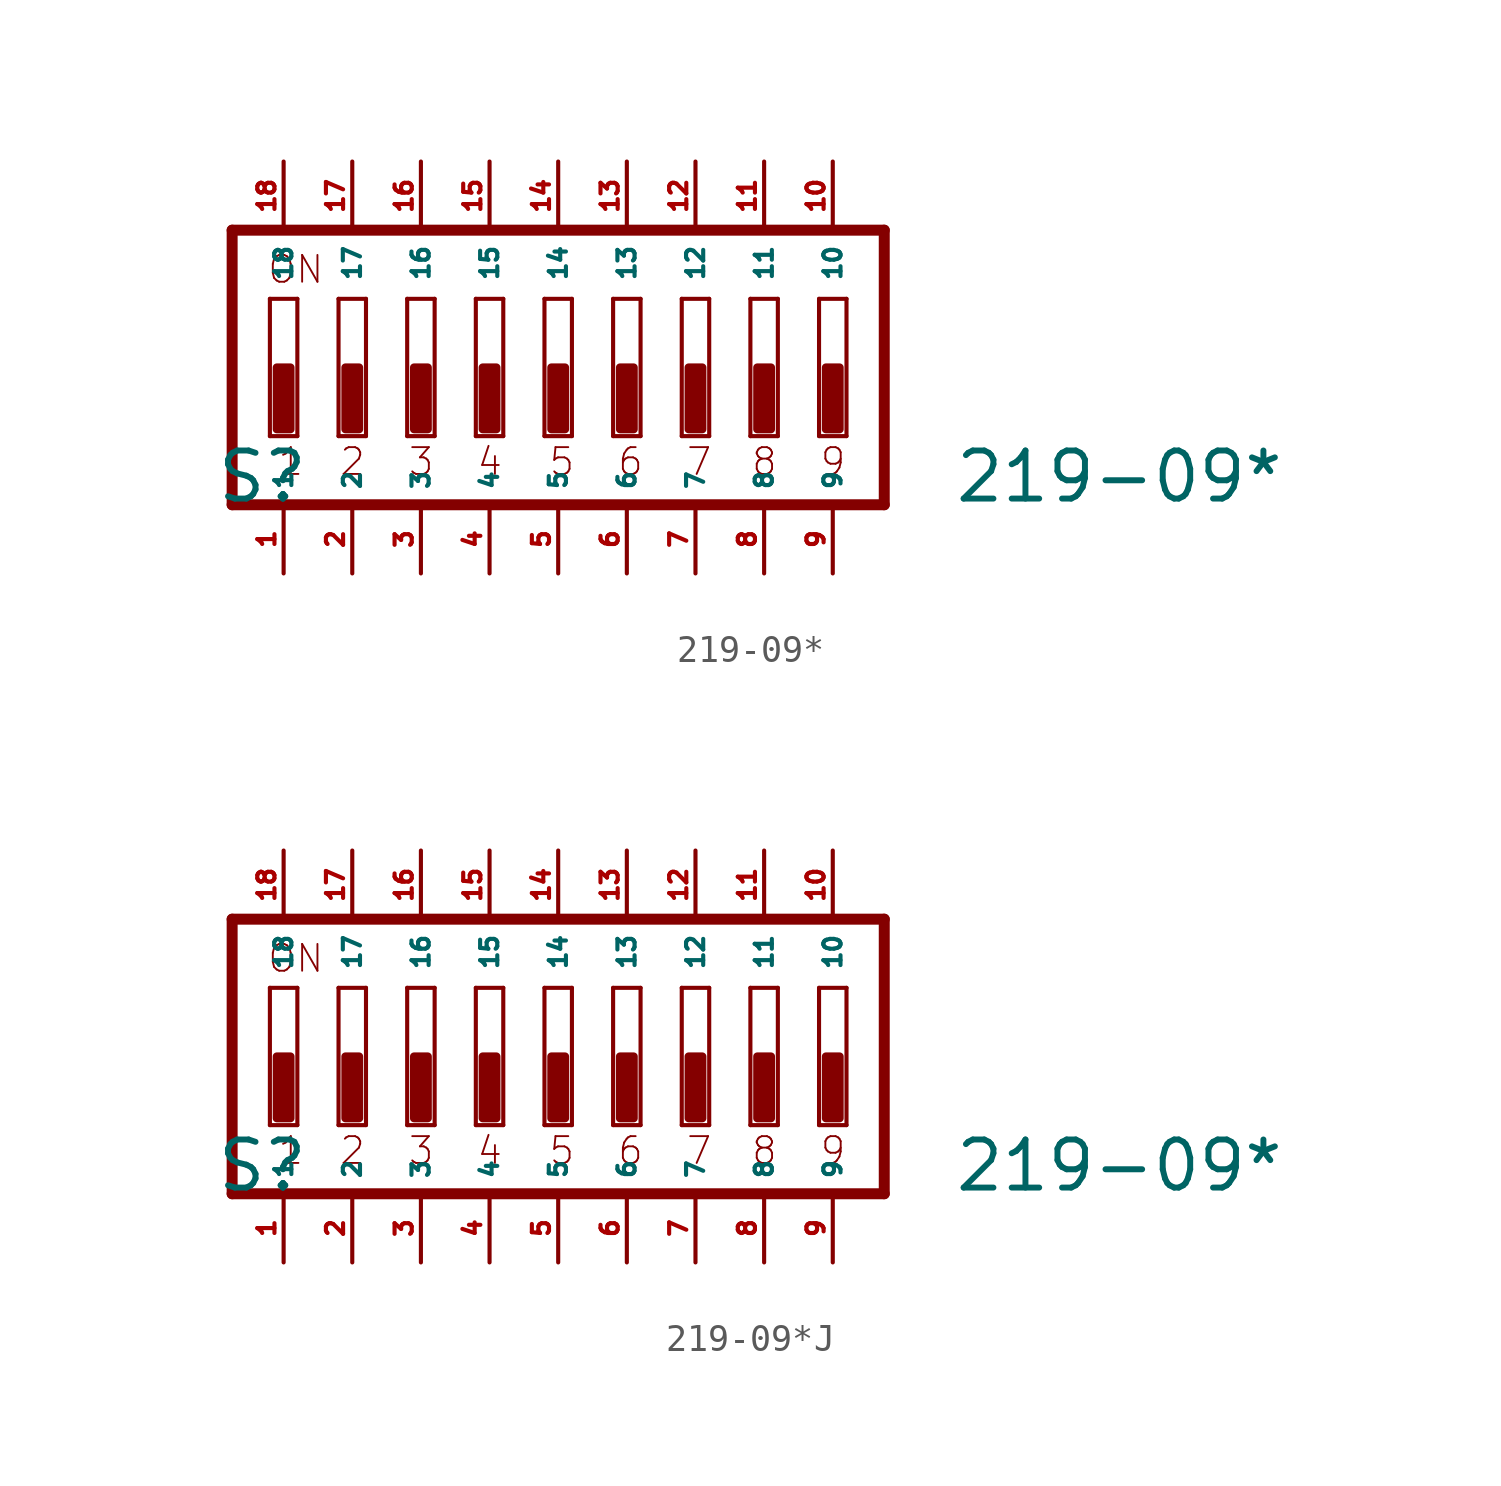
<source format=kicad_sym>
(kicad_symbol_lib
  (version 20220914)
  (generator Eagle2Kicad)
  (symbol "219-09*"
    (property "Reference" "S"
      (at -12.7 -5.08 0)
      (effects (font (size 1.778 1.778) (thickness 0.22)) (justify left bottom)))
    (property "Value" "219-09*"
      (at 14.605 -5.08 0)
      (effects (font (size 1.778 1.778) (thickness 0.22)) (justify left bottom)))
    (polyline
      (pts (xy 12.065 5.08) (xy -12.065 5.08))
      (stroke (width 0.406) (type default))
      (fill (type none)))
    (polyline
      (pts (xy -12.065 5.08) (xy -12.065 -5.08))
      (stroke (width 0.406) (type default))
      (fill (type none)))
    (polyline
      (pts (xy -12.065 -5.08) (xy 12.065 -5.08))
      (stroke (width 0.406) (type default))
      (fill (type none)))
    (polyline
      (pts (xy 12.065 -5.08) (xy 12.065 5.08))
      (stroke (width 0.406) (type default))
      (fill (type none)))
    (polyline
      (pts (xy -9.652 -2.54) (xy -10.668 -2.54))
      (stroke (width 0.152) (type default))
      (fill (type none)))
    (polyline
      (pts (xy -10.668 2.54) (xy -9.652 2.54))
      (stroke (width 0.152) (type default))
      (fill (type none)))
    (polyline
      (pts (xy -9.652 2.54) (xy -9.652 -2.54))
      (stroke (width 0.152) (type default))
      (fill (type none)))
    (polyline
      (pts (xy -10.668 -2.54) (xy -10.668 2.54))
      (stroke (width 0.152) (type default))
      (fill (type none)))
    (polyline
      (pts (xy -7.112 -2.54) (xy -8.128 -2.54))
      (stroke (width 0.152) (type default))
      (fill (type none)))
    (polyline
      (pts (xy -8.128 2.54) (xy -7.112 2.54))
      (stroke (width 0.152) (type default))
      (fill (type none)))
    (polyline
      (pts (xy -7.112 2.54) (xy -7.112 -2.54))
      (stroke (width 0.152) (type default))
      (fill (type none)))
    (polyline
      (pts (xy -8.128 -2.54) (xy -8.128 2.54))
      (stroke (width 0.152) (type default))
      (fill (type none)))
    (polyline
      (pts (xy -4.572 -2.54) (xy -5.588 -2.54))
      (stroke (width 0.152) (type default))
      (fill (type none)))
    (polyline
      (pts (xy -5.588 2.54) (xy -4.572 2.54))
      (stroke (width 0.152) (type default))
      (fill (type none)))
    (polyline
      (pts (xy -4.572 2.54) (xy -4.572 -2.54))
      (stroke (width 0.152) (type default))
      (fill (type none)))
    (polyline
      (pts (xy -5.588 -2.54) (xy -5.588 2.54))
      (stroke (width 0.152) (type default))
      (fill (type none)))
    (polyline
      (pts (xy -2.032 -2.54) (xy -3.048 -2.54))
      (stroke (width 0.152) (type default))
      (fill (type none)))
    (polyline
      (pts (xy -3.048 2.54) (xy -2.032 2.54))
      (stroke (width 0.152) (type default))
      (fill (type none)))
    (polyline
      (pts (xy -2.032 2.54) (xy -2.032 -2.54))
      (stroke (width 0.152) (type default))
      (fill (type none)))
    (polyline
      (pts (xy -3.048 -2.54) (xy -3.048 2.54))
      (stroke (width 0.152) (type default))
      (fill (type none)))
    (polyline
      (pts (xy 0.508 -2.54) (xy -0.508 -2.54))
      (stroke (width 0.152) (type default))
      (fill (type none)))
    (polyline
      (pts (xy -0.508 2.54) (xy 0.508 2.54))
      (stroke (width 0.152) (type default))
      (fill (type none)))
    (polyline
      (pts (xy 0.508 2.54) (xy 0.508 -2.54))
      (stroke (width 0.152) (type default))
      (fill (type none)))
    (polyline
      (pts (xy -0.508 -2.54) (xy -0.508 2.54))
      (stroke (width 0.152) (type default))
      (fill (type none)))
    (polyline
      (pts (xy 3.048 -2.54) (xy 2.032 -2.54))
      (stroke (width 0.152) (type default))
      (fill (type none)))
    (polyline
      (pts (xy 2.032 2.54) (xy 3.048 2.54))
      (stroke (width 0.152) (type default))
      (fill (type none)))
    (polyline
      (pts (xy 3.048 2.54) (xy 3.048 -2.54))
      (stroke (width 0.152) (type default))
      (fill (type none)))
    (polyline
      (pts (xy 2.032 -2.54) (xy 2.032 2.54))
      (stroke (width 0.152) (type default))
      (fill (type none)))
    (polyline
      (pts (xy 5.588 -2.54) (xy 4.572 -2.54))
      (stroke (width 0.152) (type default))
      (fill (type none)))
    (polyline
      (pts (xy 4.572 2.54) (xy 5.588 2.54))
      (stroke (width 0.152) (type default))
      (fill (type none)))
    (polyline
      (pts (xy 5.588 2.54) (xy 5.588 -2.54))
      (stroke (width 0.152) (type default))
      (fill (type none)))
    (polyline
      (pts (xy 4.572 -2.54) (xy 4.572 2.54))
      (stroke (width 0.152) (type default))
      (fill (type none)))
    (polyline
      (pts (xy 8.128 -2.54) (xy 7.112 -2.54))
      (stroke (width 0.152) (type default))
      (fill (type none)))
    (polyline
      (pts (xy 7.112 2.54) (xy 8.128 2.54))
      (stroke (width 0.152) (type default))
      (fill (type none)))
    (polyline
      (pts (xy 8.128 2.54) (xy 8.128 -2.54))
      (stroke (width 0.152) (type default))
      (fill (type none)))
    (polyline
      (pts (xy 7.112 -2.54) (xy 7.112 2.54))
      (stroke (width 0.152) (type default))
      (fill (type none)))
    (polyline
      (pts (xy 10.668 -2.54) (xy 9.652 -2.54))
      (stroke (width 0.152) (type default))
      (fill (type none)))
    (polyline
      (pts (xy 9.652 2.54) (xy 10.668 2.54))
      (stroke (width 0.152) (type default))
      (fill (type none)))
    (polyline
      (pts (xy 10.668 2.54) (xy 10.668 -2.54))
      (stroke (width 0.152) (type default))
      (fill (type none)))
    (polyline
      (pts (xy 9.652 -2.54) (xy 9.652 2.54))
      (stroke (width 0.152) (type default))
      (fill (type none)))
    (text "1"
      (at -10.414 -4.064 0)
      (effects (font (size 0.991 0.991) (thickness 0.07)) (justify left bottom)))
    (text "2"
      (at -8.128 -4.064 0)
      (effects (font (size 0.991 0.991) (thickness 0.07)) (justify left bottom)))
    (text "3"
      (at -5.588 -4.064 0)
      (effects (font (size 0.991 0.991) (thickness 0.07)) (justify left bottom)))
    (text "4"
      (at -3.048 -4.064 0)
      (effects (font (size 0.991 0.991) (thickness 0.07)) (justify left bottom)))
    (text "5"
      (at -0.381 -4.064 0)
      (effects (font (size 0.991 0.991) (thickness 0.07)) (justify left bottom)))
    (text "6"
      (at 2.159 -4.064 0)
      (effects (font (size 0.991 0.991) (thickness 0.07)) (justify left bottom)))
    (text "7"
      (at 4.699 -4.064 0)
      (effects (font (size 0.991 0.991) (thickness 0.07)) (justify left bottom)))
    (text "8"
      (at 7.112 -4.064 0)
      (effects (font (size 0.991 0.991) (thickness 0.07)) (justify left bottom)))
    (text "9"
      (at 9.652 -4.064 0)
      (effects (font (size 0.991 0.991) (thickness 0.07)) (justify left bottom)))
    (text "ON"
      (at -10.795 3.048 0)
      (effects (font (size 0.991 0.991) (thickness 0.07)) (justify left bottom)))
    (rectangle
      (start -10.414 -2.286)
      (end -9.906 0)
      (stroke (width 0.3) (type default))
      (fill (type outline)))
    (rectangle
      (start -7.874 -2.286)
      (end -7.366 0)
      (stroke (width 0.3) (type default))
      (fill (type outline)))
    (rectangle
      (start -5.334 -2.286)
      (end -4.826 0)
      (stroke (width 0.3) (type default))
      (fill (type outline)))
    (rectangle
      (start -2.794 -2.286)
      (end -2.286 0)
      (stroke (width 0.3) (type default))
      (fill (type outline)))
    (rectangle
      (start -0.254 -2.286)
      (end 0.254 0)
      (stroke (width 0.3) (type default))
      (fill (type outline)))
    (rectangle
      (start 2.286 -2.286)
      (end 2.794 0)
      (stroke (width 0.3) (type default))
      (fill (type outline)))
    (rectangle
      (start 4.826 -2.286)
      (end 5.334 0)
      (stroke (width 0.3) (type default))
      (fill (type outline)))
    (rectangle
      (start 7.366 -2.286)
      (end 7.874 0)
      (stroke (width 0.3) (type default))
      (fill (type outline)))
    (rectangle
      (start 9.906 -2.286)
      (end 10.414 0)
      (stroke (width 0.3) (type default))
      (fill (type outline)))
    (pin passive line
      (at 10.16 7.62 270)
      (length 2.54)
      (name "10" (effects (font (size 0.635 0.635) (thickness 0.08)) (justify left bottom)))
      (number "10" (effects (font (size 0.635 0.635) (thickness 0.08)) (justify left bottom))))
    (pin passive line
      (at 7.62 7.62 270)
      (length 2.54)
      (name "11" (effects (font (size 0.635 0.635) (thickness 0.08)) (justify left bottom)))
      (number "11" (effects (font (size 0.635 0.635) (thickness 0.08)) (justify left bottom))))
    (pin passive line
      (at 5.08 7.62 270)
      (length 2.54)
      (name "12" (effects (font (size 0.635 0.635) (thickness 0.08)) (justify left bottom)))
      (number "12" (effects (font (size 0.635 0.635) (thickness 0.08)) (justify left bottom))))
    (pin passive line
      (at 2.54 7.62 270)
      (length 2.54)
      (name "13" (effects (font (size 0.635 0.635) (thickness 0.08)) (justify left bottom)))
      (number "13" (effects (font (size 0.635 0.635) (thickness 0.08)) (justify left bottom))))
    (pin passive line
      (at 0 7.62 270)
      (length 2.54)
      (name "14" (effects (font (size 0.635 0.635) (thickness 0.08)) (justify left bottom)))
      (number "14" (effects (font (size 0.635 0.635) (thickness 0.08)) (justify left bottom))))
    (pin passive line
      (at -2.54 7.62 270)
      (length 2.54)
      (name "15" (effects (font (size 0.635 0.635) (thickness 0.08)) (justify left bottom)))
      (number "15" (effects (font (size 0.635 0.635) (thickness 0.08)) (justify left bottom))))
    (pin passive line
      (at -5.08 7.62 270)
      (length 2.54)
      (name "16" (effects (font (size 0.635 0.635) (thickness 0.08)) (justify left bottom)))
      (number "16" (effects (font (size 0.635 0.635) (thickness 0.08)) (justify left bottom))))
    (pin passive line
      (at -7.62 7.62 270)
      (length 2.54)
      (name "17" (effects (font (size 0.635 0.635) (thickness 0.08)) (justify left bottom)))
      (number "17" (effects (font (size 0.635 0.635) (thickness 0.08)) (justify left bottom))))
    (pin passive line
      (at -10.16 7.62 270)
      (length 2.54)
      (name "18" (effects (font (size 0.635 0.635) (thickness 0.08)) (justify left bottom)))
      (number "18" (effects (font (size 0.635 0.635) (thickness 0.08)) (justify left bottom))))
    (pin passive line
      (at -10.16 -7.62 90)
      (length 2.54)
      (name "1" (effects (font (size 0.635 0.635) (thickness 0.08)) (justify left bottom)))
      (number "1" (effects (font (size 0.635 0.635) (thickness 0.08)) (justify left bottom))))
    (pin passive line
      (at -7.62 -7.62 90)
      (length 2.54)
      (name "2" (effects (font (size 0.635 0.635) (thickness 0.08)) (justify left bottom)))
      (number "2" (effects (font (size 0.635 0.635) (thickness 0.08)) (justify left bottom))))
    (pin passive line
      (at -5.08 -7.62 90)
      (length 2.54)
      (name "3" (effects (font (size 0.635 0.635) (thickness 0.08)) (justify left bottom)))
      (number "3" (effects (font (size 0.635 0.635) (thickness 0.08)) (justify left bottom))))
    (pin passive line
      (at -2.54 -7.62 90)
      (length 2.54)
      (name "4" (effects (font (size 0.635 0.635) (thickness 0.08)) (justify left bottom)))
      (number "4" (effects (font (size 0.635 0.635) (thickness 0.08)) (justify left bottom))))
    (pin passive line
      (at 0 -7.62 90)
      (length 2.54)
      (name "5" (effects (font (size 0.635 0.635) (thickness 0.08)) (justify left bottom)))
      (number "5" (effects (font (size 0.635 0.635) (thickness 0.08)) (justify left bottom))))
    (pin passive line
      (at 2.54 -7.62 90)
      (length 2.54)
      (name "6" (effects (font (size 0.635 0.635) (thickness 0.08)) (justify left bottom)))
      (number "6" (effects (font (size 0.635 0.635) (thickness 0.08)) (justify left bottom))))
    (pin passive line
      (at 5.08 -7.62 90)
      (length 2.54)
      (name "7" (effects (font (size 0.635 0.635) (thickness 0.08)) (justify left bottom)))
      (number "7" (effects (font (size 0.635 0.635) (thickness 0.08)) (justify left bottom))))
    (pin passive line
      (at 7.62 -7.62 90)
      (length 2.54)
      (name "8" (effects (font (size 0.635 0.635) (thickness 0.08)) (justify left bottom)))
      (number "8" (effects (font (size 0.635 0.635) (thickness 0.08)) (justify left bottom))))
    (pin passive line
      (at 10.16 -7.62 90)
      (length 2.54)
      (name "9" (effects (font (size 0.635 0.635) (thickness 0.08)) (justify left bottom)))
      (number "9" (effects (font (size 0.635 0.635) (thickness 0.08)) (justify left bottom)))))
  (symbol "219-09*J"
    (property "Reference" "S"
      (at -12.7 -5.08 0)
      (effects (font (size 1.778 1.778) (thickness 0.22)) (justify left bottom)))
    (property "Value" "219-09*"
      (at 14.605 -5.08 0)
      (effects (font (size 1.778 1.778) (thickness 0.22)) (justify left bottom)))
    (polyline
      (pts (xy 12.065 5.08) (xy -12.065 5.08))
      (stroke (width 0.406) (type default))
      (fill (type none)))
    (polyline
      (pts (xy -12.065 5.08) (xy -12.065 -5.08))
      (stroke (width 0.406) (type default))
      (fill (type none)))
    (polyline
      (pts (xy -12.065 -5.08) (xy 12.065 -5.08))
      (stroke (width 0.406) (type default))
      (fill (type none)))
    (polyline
      (pts (xy 12.065 -5.08) (xy 12.065 5.08))
      (stroke (width 0.406) (type default))
      (fill (type none)))
    (polyline
      (pts (xy -9.652 -2.54) (xy -10.668 -2.54))
      (stroke (width 0.152) (type default))
      (fill (type none)))
    (polyline
      (pts (xy -10.668 2.54) (xy -9.652 2.54))
      (stroke (width 0.152) (type default))
      (fill (type none)))
    (polyline
      (pts (xy -9.652 2.54) (xy -9.652 -2.54))
      (stroke (width 0.152) (type default))
      (fill (type none)))
    (polyline
      (pts (xy -10.668 -2.54) (xy -10.668 2.54))
      (stroke (width 0.152) (type default))
      (fill (type none)))
    (polyline
      (pts (xy -7.112 -2.54) (xy -8.128 -2.54))
      (stroke (width 0.152) (type default))
      (fill (type none)))
    (polyline
      (pts (xy -8.128 2.54) (xy -7.112 2.54))
      (stroke (width 0.152) (type default))
      (fill (type none)))
    (polyline
      (pts (xy -7.112 2.54) (xy -7.112 -2.54))
      (stroke (width 0.152) (type default))
      (fill (type none)))
    (polyline
      (pts (xy -8.128 -2.54) (xy -8.128 2.54))
      (stroke (width 0.152) (type default))
      (fill (type none)))
    (polyline
      (pts (xy -4.572 -2.54) (xy -5.588 -2.54))
      (stroke (width 0.152) (type default))
      (fill (type none)))
    (polyline
      (pts (xy -5.588 2.54) (xy -4.572 2.54))
      (stroke (width 0.152) (type default))
      (fill (type none)))
    (polyline
      (pts (xy -4.572 2.54) (xy -4.572 -2.54))
      (stroke (width 0.152) (type default))
      (fill (type none)))
    (polyline
      (pts (xy -5.588 -2.54) (xy -5.588 2.54))
      (stroke (width 0.152) (type default))
      (fill (type none)))
    (polyline
      (pts (xy -2.032 -2.54) (xy -3.048 -2.54))
      (stroke (width 0.152) (type default))
      (fill (type none)))
    (polyline
      (pts (xy -3.048 2.54) (xy -2.032 2.54))
      (stroke (width 0.152) (type default))
      (fill (type none)))
    (polyline
      (pts (xy -2.032 2.54) (xy -2.032 -2.54))
      (stroke (width 0.152) (type default))
      (fill (type none)))
    (polyline
      (pts (xy -3.048 -2.54) (xy -3.048 2.54))
      (stroke (width 0.152) (type default))
      (fill (type none)))
    (polyline
      (pts (xy 0.508 -2.54) (xy -0.508 -2.54))
      (stroke (width 0.152) (type default))
      (fill (type none)))
    (polyline
      (pts (xy -0.508 2.54) (xy 0.508 2.54))
      (stroke (width 0.152) (type default))
      (fill (type none)))
    (polyline
      (pts (xy 0.508 2.54) (xy 0.508 -2.54))
      (stroke (width 0.152) (type default))
      (fill (type none)))
    (polyline
      (pts (xy -0.508 -2.54) (xy -0.508 2.54))
      (stroke (width 0.152) (type default))
      (fill (type none)))
    (polyline
      (pts (xy 3.048 -2.54) (xy 2.032 -2.54))
      (stroke (width 0.152) (type default))
      (fill (type none)))
    (polyline
      (pts (xy 2.032 2.54) (xy 3.048 2.54))
      (stroke (width 0.152) (type default))
      (fill (type none)))
    (polyline
      (pts (xy 3.048 2.54) (xy 3.048 -2.54))
      (stroke (width 0.152) (type default))
      (fill (type none)))
    (polyline
      (pts (xy 2.032 -2.54) (xy 2.032 2.54))
      (stroke (width 0.152) (type default))
      (fill (type none)))
    (polyline
      (pts (xy 5.588 -2.54) (xy 4.572 -2.54))
      (stroke (width 0.152) (type default))
      (fill (type none)))
    (polyline
      (pts (xy 4.572 2.54) (xy 5.588 2.54))
      (stroke (width 0.152) (type default))
      (fill (type none)))
    (polyline
      (pts (xy 5.588 2.54) (xy 5.588 -2.54))
      (stroke (width 0.152) (type default))
      (fill (type none)))
    (polyline
      (pts (xy 4.572 -2.54) (xy 4.572 2.54))
      (stroke (width 0.152) (type default))
      (fill (type none)))
    (polyline
      (pts (xy 8.128 -2.54) (xy 7.112 -2.54))
      (stroke (width 0.152) (type default))
      (fill (type none)))
    (polyline
      (pts (xy 7.112 2.54) (xy 8.128 2.54))
      (stroke (width 0.152) (type default))
      (fill (type none)))
    (polyline
      (pts (xy 8.128 2.54) (xy 8.128 -2.54))
      (stroke (width 0.152) (type default))
      (fill (type none)))
    (polyline
      (pts (xy 7.112 -2.54) (xy 7.112 2.54))
      (stroke (width 0.152) (type default))
      (fill (type none)))
    (polyline
      (pts (xy 10.668 -2.54) (xy 9.652 -2.54))
      (stroke (width 0.152) (type default))
      (fill (type none)))
    (polyline
      (pts (xy 9.652 2.54) (xy 10.668 2.54))
      (stroke (width 0.152) (type default))
      (fill (type none)))
    (polyline
      (pts (xy 10.668 2.54) (xy 10.668 -2.54))
      (stroke (width 0.152) (type default))
      (fill (type none)))
    (polyline
      (pts (xy 9.652 -2.54) (xy 9.652 2.54))
      (stroke (width 0.152) (type default))
      (fill (type none)))
    (text "1"
      (at -10.414 -4.064 0)
      (effects (font (size 0.991 0.991) (thickness 0.07)) (justify left bottom)))
    (text "2"
      (at -8.128 -4.064 0)
      (effects (font (size 0.991 0.991) (thickness 0.07)) (justify left bottom)))
    (text "3"
      (at -5.588 -4.064 0)
      (effects (font (size 0.991 0.991) (thickness 0.07)) (justify left bottom)))
    (text "4"
      (at -3.048 -4.064 0)
      (effects (font (size 0.991 0.991) (thickness 0.07)) (justify left bottom)))
    (text "5"
      (at -0.381 -4.064 0)
      (effects (font (size 0.991 0.991) (thickness 0.07)) (justify left bottom)))
    (text "6"
      (at 2.159 -4.064 0)
      (effects (font (size 0.991 0.991) (thickness 0.07)) (justify left bottom)))
    (text "7"
      (at 4.699 -4.064 0)
      (effects (font (size 0.991 0.991) (thickness 0.07)) (justify left bottom)))
    (text "8"
      (at 7.112 -4.064 0)
      (effects (font (size 0.991 0.991) (thickness 0.07)) (justify left bottom)))
    (text "9"
      (at 9.652 -4.064 0)
      (effects (font (size 0.991 0.991) (thickness 0.07)) (justify left bottom)))
    (text "ON"
      (at -10.795 3.048 0)
      (effects (font (size 0.991 0.991) (thickness 0.07)) (justify left bottom)))
    (rectangle
      (start -10.414 -2.286)
      (end -9.906 0)
      (stroke (width 0.3) (type default))
      (fill (type outline)))
    (rectangle
      (start -7.874 -2.286)
      (end -7.366 0)
      (stroke (width 0.3) (type default))
      (fill (type outline)))
    (rectangle
      (start -5.334 -2.286)
      (end -4.826 0)
      (stroke (width 0.3) (type default))
      (fill (type outline)))
    (rectangle
      (start -2.794 -2.286)
      (end -2.286 0)
      (stroke (width 0.3) (type default))
      (fill (type outline)))
    (rectangle
      (start -0.254 -2.286)
      (end 0.254 0)
      (stroke (width 0.3) (type default))
      (fill (type outline)))
    (rectangle
      (start 2.286 -2.286)
      (end 2.794 0)
      (stroke (width 0.3) (type default))
      (fill (type outline)))
    (rectangle
      (start 4.826 -2.286)
      (end 5.334 0)
      (stroke (width 0.3) (type default))
      (fill (type outline)))
    (rectangle
      (start 7.366 -2.286)
      (end 7.874 0)
      (stroke (width 0.3) (type default))
      (fill (type outline)))
    (rectangle
      (start 9.906 -2.286)
      (end 10.414 0)
      (stroke (width 0.3) (type default))
      (fill (type outline)))
    (pin passive line
      (at 10.16 7.62 270)
      (length 2.54)
      (name "10" (effects (font (size 0.635 0.635) (thickness 0.08)) (justify left bottom)))
      (number "10" (effects (font (size 0.635 0.635) (thickness 0.08)) (justify left bottom))))
    (pin passive line
      (at 7.62 7.62 270)
      (length 2.54)
      (name "11" (effects (font (size 0.635 0.635) (thickness 0.08)) (justify left bottom)))
      (number "11" (effects (font (size 0.635 0.635) (thickness 0.08)) (justify left bottom))))
    (pin passive line
      (at 5.08 7.62 270)
      (length 2.54)
      (name "12" (effects (font (size 0.635 0.635) (thickness 0.08)) (justify left bottom)))
      (number "12" (effects (font (size 0.635 0.635) (thickness 0.08)) (justify left bottom))))
    (pin passive line
      (at 2.54 7.62 270)
      (length 2.54)
      (name "13" (effects (font (size 0.635 0.635) (thickness 0.08)) (justify left bottom)))
      (number "13" (effects (font (size 0.635 0.635) (thickness 0.08)) (justify left bottom))))
    (pin passive line
      (at 0 7.62 270)
      (length 2.54)
      (name "14" (effects (font (size 0.635 0.635) (thickness 0.08)) (justify left bottom)))
      (number "14" (effects (font (size 0.635 0.635) (thickness 0.08)) (justify left bottom))))
    (pin passive line
      (at -2.54 7.62 270)
      (length 2.54)
      (name "15" (effects (font (size 0.635 0.635) (thickness 0.08)) (justify left bottom)))
      (number "15" (effects (font (size 0.635 0.635) (thickness 0.08)) (justify left bottom))))
    (pin passive line
      (at -5.08 7.62 270)
      (length 2.54)
      (name "16" (effects (font (size 0.635 0.635) (thickness 0.08)) (justify left bottom)))
      (number "16" (effects (font (size 0.635 0.635) (thickness 0.08)) (justify left bottom))))
    (pin passive line
      (at -7.62 7.62 270)
      (length 2.54)
      (name "17" (effects (font (size 0.635 0.635) (thickness 0.08)) (justify left bottom)))
      (number "17" (effects (font (size 0.635 0.635) (thickness 0.08)) (justify left bottom))))
    (pin passive line
      (at -10.16 7.62 270)
      (length 2.54)
      (name "18" (effects (font (size 0.635 0.635) (thickness 0.08)) (justify left bottom)))
      (number "18" (effects (font (size 0.635 0.635) (thickness 0.08)) (justify left bottom))))
    (pin passive line
      (at -10.16 -7.62 90)
      (length 2.54)
      (name "1" (effects (font (size 0.635 0.635) (thickness 0.08)) (justify left bottom)))
      (number "1" (effects (font (size 0.635 0.635) (thickness 0.08)) (justify left bottom))))
    (pin passive line
      (at -7.62 -7.62 90)
      (length 2.54)
      (name "2" (effects (font (size 0.635 0.635) (thickness 0.08)) (justify left bottom)))
      (number "2" (effects (font (size 0.635 0.635) (thickness 0.08)) (justify left bottom))))
    (pin passive line
      (at -5.08 -7.62 90)
      (length 2.54)
      (name "3" (effects (font (size 0.635 0.635) (thickness 0.08)) (justify left bottom)))
      (number "3" (effects (font (size 0.635 0.635) (thickness 0.08)) (justify left bottom))))
    (pin passive line
      (at -2.54 -7.62 90)
      (length 2.54)
      (name "4" (effects (font (size 0.635 0.635) (thickness 0.08)) (justify left bottom)))
      (number "4" (effects (font (size 0.635 0.635) (thickness 0.08)) (justify left bottom))))
    (pin passive line
      (at 0 -7.62 90)
      (length 2.54)
      (name "5" (effects (font (size 0.635 0.635) (thickness 0.08)) (justify left bottom)))
      (number "5" (effects (font (size 0.635 0.635) (thickness 0.08)) (justify left bottom))))
    (pin passive line
      (at 2.54 -7.62 90)
      (length 2.54)
      (name "6" (effects (font (size 0.635 0.635) (thickness 0.08)) (justify left bottom)))
      (number "6" (effects (font (size 0.635 0.635) (thickness 0.08)) (justify left bottom))))
    (pin passive line
      (at 5.08 -7.62 90)
      (length 2.54)
      (name "7" (effects (font (size 0.635 0.635) (thickness 0.08)) (justify left bottom)))
      (number "7" (effects (font (size 0.635 0.635) (thickness 0.08)) (justify left bottom))))
    (pin passive line
      (at 7.62 -7.62 90)
      (length 2.54)
      (name "8" (effects (font (size 0.635 0.635) (thickness 0.08)) (justify left bottom)))
      (number "8" (effects (font (size 0.635 0.635) (thickness 0.08)) (justify left bottom))))
    (pin passive line
      (at 10.16 -7.62 90)
      (length 2.54)
      (name "9" (effects (font (size 0.635 0.635) (thickness 0.08)) (justify left bottom)))
      (number "9" (effects (font (size 0.635 0.635) (thickness 0.08)) (justify left bottom))))))
</source>
